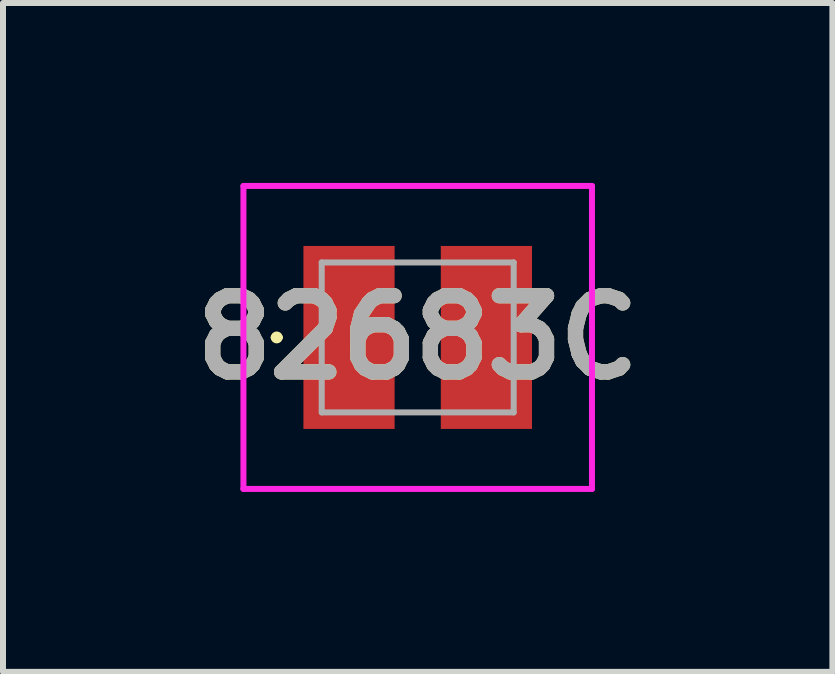
<source format=kicad_pcb>
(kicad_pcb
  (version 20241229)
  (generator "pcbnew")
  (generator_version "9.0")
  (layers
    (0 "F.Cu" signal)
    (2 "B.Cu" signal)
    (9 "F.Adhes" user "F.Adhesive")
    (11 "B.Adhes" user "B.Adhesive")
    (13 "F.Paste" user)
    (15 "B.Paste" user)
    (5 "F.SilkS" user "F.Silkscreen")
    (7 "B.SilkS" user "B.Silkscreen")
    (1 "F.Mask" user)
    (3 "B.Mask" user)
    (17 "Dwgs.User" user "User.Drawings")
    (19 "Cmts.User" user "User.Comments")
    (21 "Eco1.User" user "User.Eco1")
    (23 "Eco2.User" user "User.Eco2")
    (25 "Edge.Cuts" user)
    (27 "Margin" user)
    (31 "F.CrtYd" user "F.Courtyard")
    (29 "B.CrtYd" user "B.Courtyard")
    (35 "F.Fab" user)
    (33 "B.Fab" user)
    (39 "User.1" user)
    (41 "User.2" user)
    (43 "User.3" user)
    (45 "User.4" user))
  (footprint "82683C"
    (layer "F.Cu")
    (at 3.913 2.575)
    (property "Reference" "82683C" (at 0 0 0) (layer "F.SilkS") (effects (font (size 1.27 1.27) (thickness 0.254))))
    (attr smd)
    (fp_line (start -2.4 0) (end -2.4 0) (stroke (width 0.1) (type solid)) (layer "F.SilkS"))
    (fp_line (start -2.3 0) (end -2.3 0) (stroke (width 0.1) (type solid)) (layer "F.SilkS"))
    (fp_arc (start -2.4 0) (mid -2.35 -0.05) (end -2.3 0) (stroke (width 0.1) (type solid)) (layer "F.SilkS"))
    (fp_arc (start -2.3 0) (mid -2.35 0.05) (end -2.4 0) (stroke (width 0.1) (type solid)) (layer "F.SilkS"))
    (fp_line (start -2.905 -2.525) (end 2.905 -2.525) (stroke (width 0.1) (type solid)) (layer "F.CrtYd"))
    (fp_line (start -2.905 2.525) (end -2.905 -2.525) (stroke (width 0.1) (type solid)) (layer "F.CrtYd"))
    (fp_line (start 2.905 -2.525) (end 2.905 2.525) (stroke (width 0.1) (type solid)) (layer "F.CrtYd"))
    (fp_line (start 2.905 2.525) (end -2.905 2.525) (stroke (width 0.1) (type solid)) (layer "F.CrtYd"))
    (fp_line (start -1.6 -1.25) (end -1.6 1.25) (stroke (width 0.1) (type solid)) (layer "F.Fab"))
    (fp_line (start -1.6 1.25) (end 1.6 1.25) (stroke (width 0.1) (type solid)) (layer "F.Fab"))
    (fp_line (start 1.6 -1.25) (end -1.6 -1.25) (stroke (width 0.1) (type solid)) (layer "F.Fab"))
    (fp_line (start 1.6 1.25) (end 1.6 -1.25) (stroke (width 0.1) (type solid)) (layer "F.Fab"))
    (fp_text user "${REFERENCE}" (at 0 0 0) (layer "F.Fab") (effects (font (size 1.27 1.27) (thickness 0.254))))
    (pad "1" smd rect (at -1.145 0) (size 1.52 3.05) (layers "F.Cu" "F.Mask" "F.Paste"))
    (pad "2" smd rect (at 1.145 0) (size 1.52 3.05) (layers "F.Cu" "F.Mask" "F.Paste")))
  (gr_rect
    (start -3 -3)
    (end 10.826 8.15)
    (stroke (width 0.1) (type default))
    (fill no)
    (layer "Edge.Cuts")))
</source>
